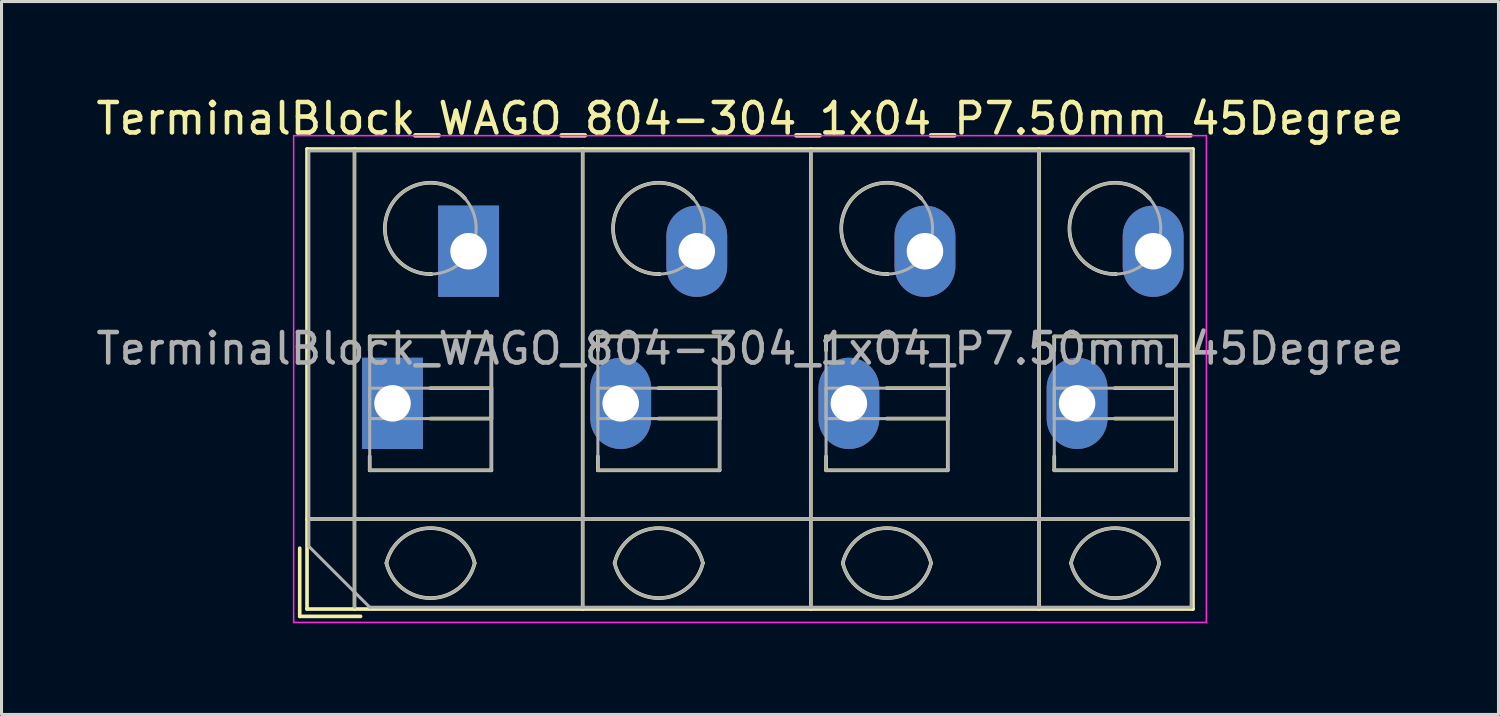
<source format=kicad_pcb>
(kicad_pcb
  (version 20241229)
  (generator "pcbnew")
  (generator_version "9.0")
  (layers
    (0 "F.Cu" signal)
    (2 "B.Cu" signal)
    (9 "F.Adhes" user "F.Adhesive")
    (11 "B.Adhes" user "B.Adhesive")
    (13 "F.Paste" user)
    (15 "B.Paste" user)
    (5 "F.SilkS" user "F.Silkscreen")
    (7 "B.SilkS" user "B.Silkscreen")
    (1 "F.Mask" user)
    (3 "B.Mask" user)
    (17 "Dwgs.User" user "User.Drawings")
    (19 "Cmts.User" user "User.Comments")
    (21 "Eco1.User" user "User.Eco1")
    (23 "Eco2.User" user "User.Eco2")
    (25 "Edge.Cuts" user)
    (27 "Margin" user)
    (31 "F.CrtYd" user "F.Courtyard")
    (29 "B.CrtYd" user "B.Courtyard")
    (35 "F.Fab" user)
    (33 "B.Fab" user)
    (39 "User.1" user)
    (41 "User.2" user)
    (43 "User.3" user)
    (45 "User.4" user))
  (footprint "TerminalBlock_WAGO_804-304_1x04_P7.50mm_45Degree"
    (layer "F.Cu")
    (at 9.851 10.208)
    (property "Reference" "TerminalBlock_WAGO_804-304_1x04_P7.50mm_45Degree" (at 11.75 -9.36 0) (layer "F.SilkS") (effects (font (size 1 1) (thickness 0.15))))
    (attr through_hole)
    (fp_line (start -3.05 4.76) (end -3.05 7) (stroke (width 0.12) (type solid)) (layer "F.SilkS"))
    (fp_line (start -3.05 7) (end -1.05 7) (stroke (width 0.12) (type solid)) (layer "F.SilkS"))
    (fp_line (start -2.81 -8.361) (end -2.81 6.76) (stroke (width 0.12) (type solid)) (layer "F.SilkS"))
    (fp_line (start -2.81 -8.361) (end 26.31 -8.361) (stroke (width 0.12) (type solid)) (layer "F.SilkS"))
    (fp_line (start -2.81 3.8) (end 26.31 3.8) (stroke (width 0.12) (type solid)) (layer "F.SilkS"))
    (fp_line (start -2.81 6.76) (end 26.31 6.76) (stroke (width 0.12) (type solid)) (layer "F.SilkS"))
    (fp_line (start -1.25 -8.361) (end -1.25 6.76) (stroke (width 0.12) (type solid)) (layer "F.SilkS"))
    (fp_line (start -0.75 -2.2) (end -0.75 -1.74) (stroke (width 0.12) (type solid)) (layer "F.SilkS"))
    (fp_line (start -0.75 -2.2) (end 3.25 -2.2) (stroke (width 0.12) (type solid)) (layer "F.SilkS"))
    (fp_line (start -0.75 1.74) (end -0.75 2.2) (stroke (width 0.12) (type solid)) (layer "F.SilkS"))
    (fp_line (start -0.75 2.2) (end 3.25 2.2) (stroke (width 0.12) (type solid)) (layer "F.SilkS"))
    (fp_line (start 1.24 -0.5) (end 3.25 -0.5) (stroke (width 0.12) (type solid)) (layer "F.SilkS"))
    (fp_line (start 1.24 0.5) (end 3.25 0.5) (stroke (width 0.12) (type solid)) (layer "F.SilkS"))
    (fp_line (start 3.25 -2.2) (end 3.25 2.2) (stroke (width 0.12) (type solid)) (layer "F.SilkS"))
    (fp_line (start 3.25 -0.5) (end 3.25 0.5) (stroke (width 0.12) (type solid)) (layer "F.SilkS"))
    (fp_line (start 6.25 -8.361) (end 6.25 6.76) (stroke (width 0.12) (type solid)) (layer "F.SilkS"))
    (fp_line (start 6.75 -2.2) (end 6.75 -1.74) (stroke (width 0.12) (type solid)) (layer "F.SilkS"))
    (fp_line (start 6.75 -2.2) (end 10.75 -2.2) (stroke (width 0.12) (type solid)) (layer "F.SilkS"))
    (fp_line (start 6.75 1.74) (end 6.75 2.2) (stroke (width 0.12) (type solid)) (layer "F.SilkS"))
    (fp_line (start 6.75 2.2) (end 10.75 2.2) (stroke (width 0.12) (type solid)) (layer "F.SilkS"))
    (fp_line (start 8.74 -0.5) (end 10.75 -0.5) (stroke (width 0.12) (type solid)) (layer "F.SilkS"))
    (fp_line (start 8.74 0.5) (end 10.75 0.5) (stroke (width 0.12) (type solid)) (layer "F.SilkS"))
    (fp_line (start 10.75 -2.2) (end 10.75 2.2) (stroke (width 0.12) (type solid)) (layer "F.SilkS"))
    (fp_line (start 10.75 -0.5) (end 10.75 0.5) (stroke (width 0.12) (type solid)) (layer "F.SilkS"))
    (fp_line (start 13.75 -8.361) (end 13.75 6.76) (stroke (width 0.12) (type solid)) (layer "F.SilkS"))
    (fp_line (start 14.25 -2.2) (end 14.25 -1.74) (stroke (width 0.12) (type solid)) (layer "F.SilkS"))
    (fp_line (start 14.25 -2.2) (end 18.25 -2.2) (stroke (width 0.12) (type solid)) (layer "F.SilkS"))
    (fp_line (start 14.25 1.74) (end 14.25 2.2) (stroke (width 0.12) (type solid)) (layer "F.SilkS"))
    (fp_line (start 14.25 2.2) (end 18.25 2.2) (stroke (width 0.12) (type solid)) (layer "F.SilkS"))
    (fp_line (start 16.24 -0.5) (end 18.25 -0.5) (stroke (width 0.12) (type solid)) (layer "F.SilkS"))
    (fp_line (start 16.24 0.5) (end 18.25 0.5) (stroke (width 0.12) (type solid)) (layer "F.SilkS"))
    (fp_line (start 18.25 -2.2) (end 18.25 2.2) (stroke (width 0.12) (type solid)) (layer "F.SilkS"))
    (fp_line (start 18.25 -0.5) (end 18.25 0.5) (stroke (width 0.12) (type solid)) (layer "F.SilkS"))
    (fp_line (start 21.25 -8.361) (end 21.25 6.76) (stroke (width 0.12) (type solid)) (layer "F.SilkS"))
    (fp_line (start 21.75 -2.2) (end 21.75 -1.74) (stroke (width 0.12) (type solid)) (layer "F.SilkS"))
    (fp_line (start 21.75 -2.2) (end 25.75 -2.2) (stroke (width 0.12) (type solid)) (layer "F.SilkS"))
    (fp_line (start 21.75 1.74) (end 21.75 2.2) (stroke (width 0.12) (type solid)) (layer "F.SilkS"))
    (fp_line (start 21.75 2.2) (end 25.75 2.2) (stroke (width 0.12) (type solid)) (layer "F.SilkS"))
    (fp_line (start 23.74 -0.5) (end 25.75 -0.5) (stroke (width 0.12) (type solid)) (layer "F.SilkS"))
    (fp_line (start 23.74 0.5) (end 25.75 0.5) (stroke (width 0.12) (type solid)) (layer "F.SilkS"))
    (fp_line (start 25.75 -2.2) (end 25.75 2.2) (stroke (width 0.12) (type solid)) (layer "F.SilkS"))
    (fp_line (start 25.75 -0.5) (end 25.75 0.5) (stroke (width 0.12) (type solid)) (layer "F.SilkS"))
    (fp_line (start 26.31 -8.361) (end 26.31 6.76) (stroke (width 0.12) (type solid)) (layer "F.SilkS"))
    (fp_arc (start -0.200865 5.250424) (mid 1.250296 4.099926) (end 2.701 5.251) (stroke (width 0.12) (type solid)) (layer "F.SilkS"))
    (fp_arc (start 1.276179 -4.250228) (mid 1.26309 -4.250057) (end 1.25 -4.25) (stroke (width 0.12) (type solid)) (layer "F.SilkS"))
    (fp_arc (start 1.276275 -4.248926) (mid -0.121539 -6.360568) (end 2.383 -6.735) (stroke (width 0.12) (type solid)) (layer "F.SilkS"))
    (fp_arc (start 2.7 5.25) (mid 1.250068 6.400101) (end -0.199969 5.250133) (stroke (width 0.12) (type solid)) (layer "F.SilkS"))
    (fp_arc (start 7.299135 5.250424) (mid 8.750296 4.099926) (end 10.201 5.251) (stroke (width 0.12) (type solid)) (layer "F.SilkS"))
    (fp_arc (start 8.776179 -4.250228) (mid 8.76309 -4.250057) (end 8.75 -4.25) (stroke (width 0.12) (type solid)) (layer "F.SilkS"))
    (fp_arc (start 8.776275 -4.248926) (mid 7.378461 -6.360568) (end 9.883 -6.735) (stroke (width 0.12) (type solid)) (layer "F.SilkS"))
    (fp_arc (start 10.2 5.25) (mid 8.750068 6.400101) (end 7.300031 5.250133) (stroke (width 0.12) (type solid)) (layer "F.SilkS"))
    (fp_arc (start 14.799135 5.250424) (mid 16.250296 4.099926) (end 17.701 5.251) (stroke (width 0.12) (type solid)) (layer "F.SilkS"))
    (fp_arc (start 16.276179 -4.250228) (mid 16.26309 -4.250057) (end 16.25 -4.25) (stroke (width 0.12) (type solid)) (layer "F.SilkS"))
    (fp_arc (start 16.276275 -4.248926) (mid 14.878461 -6.360568) (end 17.383 -6.735) (stroke (width 0.12) (type solid)) (layer "F.SilkS"))
    (fp_arc (start 17.7 5.25) (mid 16.250068 6.400101) (end 14.800031 5.250133) (stroke (width 0.12) (type solid)) (layer "F.SilkS"))
    (fp_arc (start 22.299135 5.250424) (mid 23.750296 4.099926) (end 25.201 5.251) (stroke (width 0.12) (type solid)) (layer "F.SilkS"))
    (fp_arc (start 23.776179 -4.250228) (mid 23.76309 -4.250057) (end 23.75 -4.25) (stroke (width 0.12) (type solid)) (layer "F.SilkS"))
    (fp_arc (start 23.776275 -4.248926) (mid 22.378461 -6.360568) (end 24.883 -6.735) (stroke (width 0.12) (type solid)) (layer "F.SilkS"))
    (fp_arc (start 25.2 5.25) (mid 23.750068 6.400101) (end 22.300031 5.250133) (stroke (width 0.12) (type solid)) (layer "F.SilkS"))
    (fp_line (start -3.25 -8.8) (end -3.25 7.2) (stroke (width 0.05) (type solid)) (layer "F.CrtYd"))
    (fp_line (start -3.25 7.2) (end 26.75 7.2) (stroke (width 0.05) (type solid)) (layer "F.CrtYd"))
    (fp_line (start 26.75 -8.8) (end -3.25 -8.8) (stroke (width 0.05) (type solid)) (layer "F.CrtYd"))
    (fp_line (start 26.75 7.2) (end 26.75 -8.8) (stroke (width 0.05) (type solid)) (layer "F.CrtYd"))
    (fp_line (start -2.75 -8.3) (end 26.25 -8.3) (stroke (width 0.1) (type solid)) (layer "F.Fab"))
    (fp_line (start -2.75 3.8) (end 26.25 3.8) (stroke (width 0.1) (type solid)) (layer "F.Fab"))
    (fp_line (start -2.75 4.7) (end -2.75 -8.3) (stroke (width 0.1) (type solid)) (layer "F.Fab"))
    (fp_line (start -1.25 -8.3) (end -1.25 6.7) (stroke (width 0.1) (type solid)) (layer "F.Fab"))
    (fp_line (start -0.75 -2.2) (end -0.75 2.2) (stroke (width 0.1) (type solid)) (layer "F.Fab"))
    (fp_line (start -0.75 -0.5) (end -0.75 0.5) (stroke (width 0.1) (type solid)) (layer "F.Fab"))
    (fp_line (start -0.75 0.5) (end 3.25 0.5) (stroke (width 0.1) (type solid)) (layer "F.Fab"))
    (fp_line (start -0.75 2.2) (end 3.25 2.2) (stroke (width 0.1) (type solid)) (layer "F.Fab"))
    (fp_line (start -0.75 6.7) (end -2.75 4.7) (stroke (width 0.1) (type solid)) (layer "F.Fab"))
    (fp_line (start 3.25 -2.2) (end -0.75 -2.2) (stroke (width 0.1) (type solid)) (layer "F.Fab"))
    (fp_line (start 3.25 -0.5) (end -0.75 -0.5) (stroke (width 0.1) (type solid)) (layer "F.Fab"))
    (fp_line (start 3.25 0.5) (end 3.25 -0.5) (stroke (width 0.1) (type solid)) (layer "F.Fab"))
    (fp_line (start 3.25 2.2) (end 3.25 -2.2) (stroke (width 0.1) (type solid)) (layer "F.Fab"))
    (fp_line (start 6.25 -8.3) (end 6.25 6.7) (stroke (width 0.1) (type solid)) (layer "F.Fab"))
    (fp_line (start 6.75 -2.2) (end 6.75 2.2) (stroke (width 0.1) (type solid)) (layer "F.Fab"))
    (fp_line (start 6.75 -0.5) (end 6.75 0.5) (stroke (width 0.1) (type solid)) (layer "F.Fab"))
    (fp_line (start 6.75 0.5) (end 10.75 0.5) (stroke (width 0.1) (type solid)) (layer "F.Fab"))
    (fp_line (start 6.75 2.2) (end 10.75 2.2) (stroke (width 0.1) (type solid)) (layer "F.Fab"))
    (fp_line (start 10.75 -2.2) (end 6.75 -2.2) (stroke (width 0.1) (type solid)) (layer "F.Fab"))
    (fp_line (start 10.75 -0.5) (end 6.75 -0.5) (stroke (width 0.1) (type solid)) (layer "F.Fab"))
    (fp_line (start 10.75 0.5) (end 10.75 -0.5) (stroke (width 0.1) (type solid)) (layer "F.Fab"))
    (fp_line (start 10.75 2.2) (end 10.75 -2.2) (stroke (width 0.1) (type solid)) (layer "F.Fab"))
    (fp_line (start 13.75 -8.3) (end 13.75 6.7) (stroke (width 0.1) (type solid)) (layer "F.Fab"))
    (fp_line (start 14.25 -2.2) (end 14.25 2.2) (stroke (width 0.1) (type solid)) (layer "F.Fab"))
    (fp_line (start 14.25 -0.5) (end 14.25 0.5) (stroke (width 0.1) (type solid)) (layer "F.Fab"))
    (fp_line (start 14.25 0.5) (end 18.25 0.5) (stroke (width 0.1) (type solid)) (layer "F.Fab"))
    (fp_line (start 14.25 2.2) (end 18.25 2.2) (stroke (width 0.1) (type solid)) (layer "F.Fab"))
    (fp_line (start 18.25 -2.2) (end 14.25 -2.2) (stroke (width 0.1) (type solid)) (layer "F.Fab"))
    (fp_line (start 18.25 -0.5) (end 14.25 -0.5) (stroke (width 0.1) (type solid)) (layer "F.Fab"))
    (fp_line (start 18.25 0.5) (end 18.25 -0.5) (stroke (width 0.1) (type solid)) (layer "F.Fab"))
    (fp_line (start 18.25 2.2) (end 18.25 -2.2) (stroke (width 0.1) (type solid)) (layer "F.Fab"))
    (fp_line (start 21.25 -8.3) (end 21.25 6.7) (stroke (width 0.1) (type solid)) (layer "F.Fab"))
    (fp_line (start 21.75 -2.2) (end 21.75 2.2) (stroke (width 0.1) (type solid)) (layer "F.Fab"))
    (fp_line (start 21.75 -0.5) (end 21.75 0.5) (stroke (width 0.1) (type solid)) (layer "F.Fab"))
    (fp_line (start 21.75 0.5) (end 25.75 0.5) (stroke (width 0.1) (type solid)) (layer "F.Fab"))
    (fp_line (start 21.75 2.2) (end 25.75 2.2) (stroke (width 0.1) (type solid)) (layer "F.Fab"))
    (fp_line (start 25.75 -2.2) (end 21.75 -2.2) (stroke (width 0.1) (type solid)) (layer "F.Fab"))
    (fp_line (start 25.75 -0.5) (end 21.75 -0.5) (stroke (width 0.1) (type solid)) (layer "F.Fab"))
    (fp_line (start 25.75 0.5) (end 25.75 -0.5) (stroke (width 0.1) (type solid)) (layer "F.Fab"))
    (fp_line (start 25.75 2.2) (end 25.75 -2.2) (stroke (width 0.1) (type solid)) (layer "F.Fab"))
    (fp_line (start 26.25 -8.3) (end 26.25 6.7) (stroke (width 0.1) (type solid)) (layer "F.Fab"))
    (fp_line (start 26.25 6.7) (end -0.75 6.7) (stroke (width 0.1) (type solid)) (layer "F.Fab"))
    (fp_arc (start -0.200865 5.250424) (mid 1.250296 4.099926) (end 2.701 5.251) (stroke (width 0.1) (type solid)) (layer "F.Fab"))
    (fp_arc (start 2.7 5.25) (mid 1.250068 6.400101) (end -0.199969 5.250133) (stroke (width 0.1) (type solid)) (layer "F.Fab"))
    (fp_arc (start 7.299135 5.250424) (mid 8.750296 4.099926) (end 10.201 5.251) (stroke (width 0.1) (type solid)) (layer "F.Fab"))
    (fp_arc (start 10.2 5.25) (mid 8.750068 6.400101) (end 7.300031 5.250133) (stroke (width 0.1) (type solid)) (layer "F.Fab"))
    (fp_arc (start 14.799135 5.250424) (mid 16.250296 4.099926) (end 17.701 5.251) (stroke (width 0.1) (type solid)) (layer "F.Fab"))
    (fp_arc (start 17.7 5.25) (mid 16.250068 6.400101) (end 14.800031 5.250133) (stroke (width 0.1) (type solid)) (layer "F.Fab"))
    (fp_arc (start 22.299135 5.250424) (mid 23.750296 4.099926) (end 25.201 5.251) (stroke (width 0.1) (type solid)) (layer "F.Fab"))
    (fp_arc (start 25.2 5.25) (mid 23.750068 6.400101) (end 22.300031 5.250133) (stroke (width 0.1) (type solid)) (layer "F.Fab"))
    (fp_circle (center 1.25 -5.75) (end 2.75 -5.75) (stroke (width 0.1) (type solid)) (fill no) (layer "F.Fab"))
    (fp_circle (center 8.75 -5.75) (end 10.25 -5.75) (stroke (width 0.1) (type solid)) (fill no) (layer "F.Fab"))
    (fp_circle (center 16.25 -5.75) (end 17.75 -5.75) (stroke (width 0.1) (type solid)) (fill no) (layer "F.Fab"))
    (fp_circle (center 23.75 -5.75) (end 25.25 -5.75) (stroke (width 0.1) (type solid)) (fill no) (layer "F.Fab"))
    (fp_text user "${REFERENCE}" (at 11.75 -1.8 0) (layer "F.Fab") (effects (font (size 1 1) (thickness 0.15))))
    (pad "1" thru_hole rect (at 0 0) (size 2 3) (drill 1.2) (layers "*.Cu" "*.Mask"))
    (pad "1" thru_hole rect (at 2.5 -5) (size 2 3) (drill 1.2) (layers "*.Cu" "*.Mask"))
    (pad "2" thru_hole oval (at 7.5 0) (size 2 3) (drill 1.2) (layers "*.Cu" "*.Mask"))
    (pad "2" thru_hole oval (at 10 -5) (size 2 3) (drill 1.2) (layers "*.Cu" "*.Mask"))
    (pad "3" thru_hole oval (at 15 0) (size 2 3) (drill 1.2) (layers "*.Cu" "*.Mask"))
    (pad "3" thru_hole oval (at 17.5 -5) (size 2 3) (drill 1.2) (layers "*.Cu" "*.Mask"))
    (pad "4" thru_hole oval (at 22.5 0) (size 2 3) (drill 1.2) (layers "*.Cu" "*.Mask"))
    (pad "4" thru_hole oval (at 25 -5) (size 2 3) (drill 1.2) (layers "*.Cu" "*.Mask")))
  (gr_rect
    (start -3 -3)
    (end 46.202 20.433)
    (stroke (width 0.1) (type default))
    (fill no)
    (layer "Edge.Cuts")))
</source>
